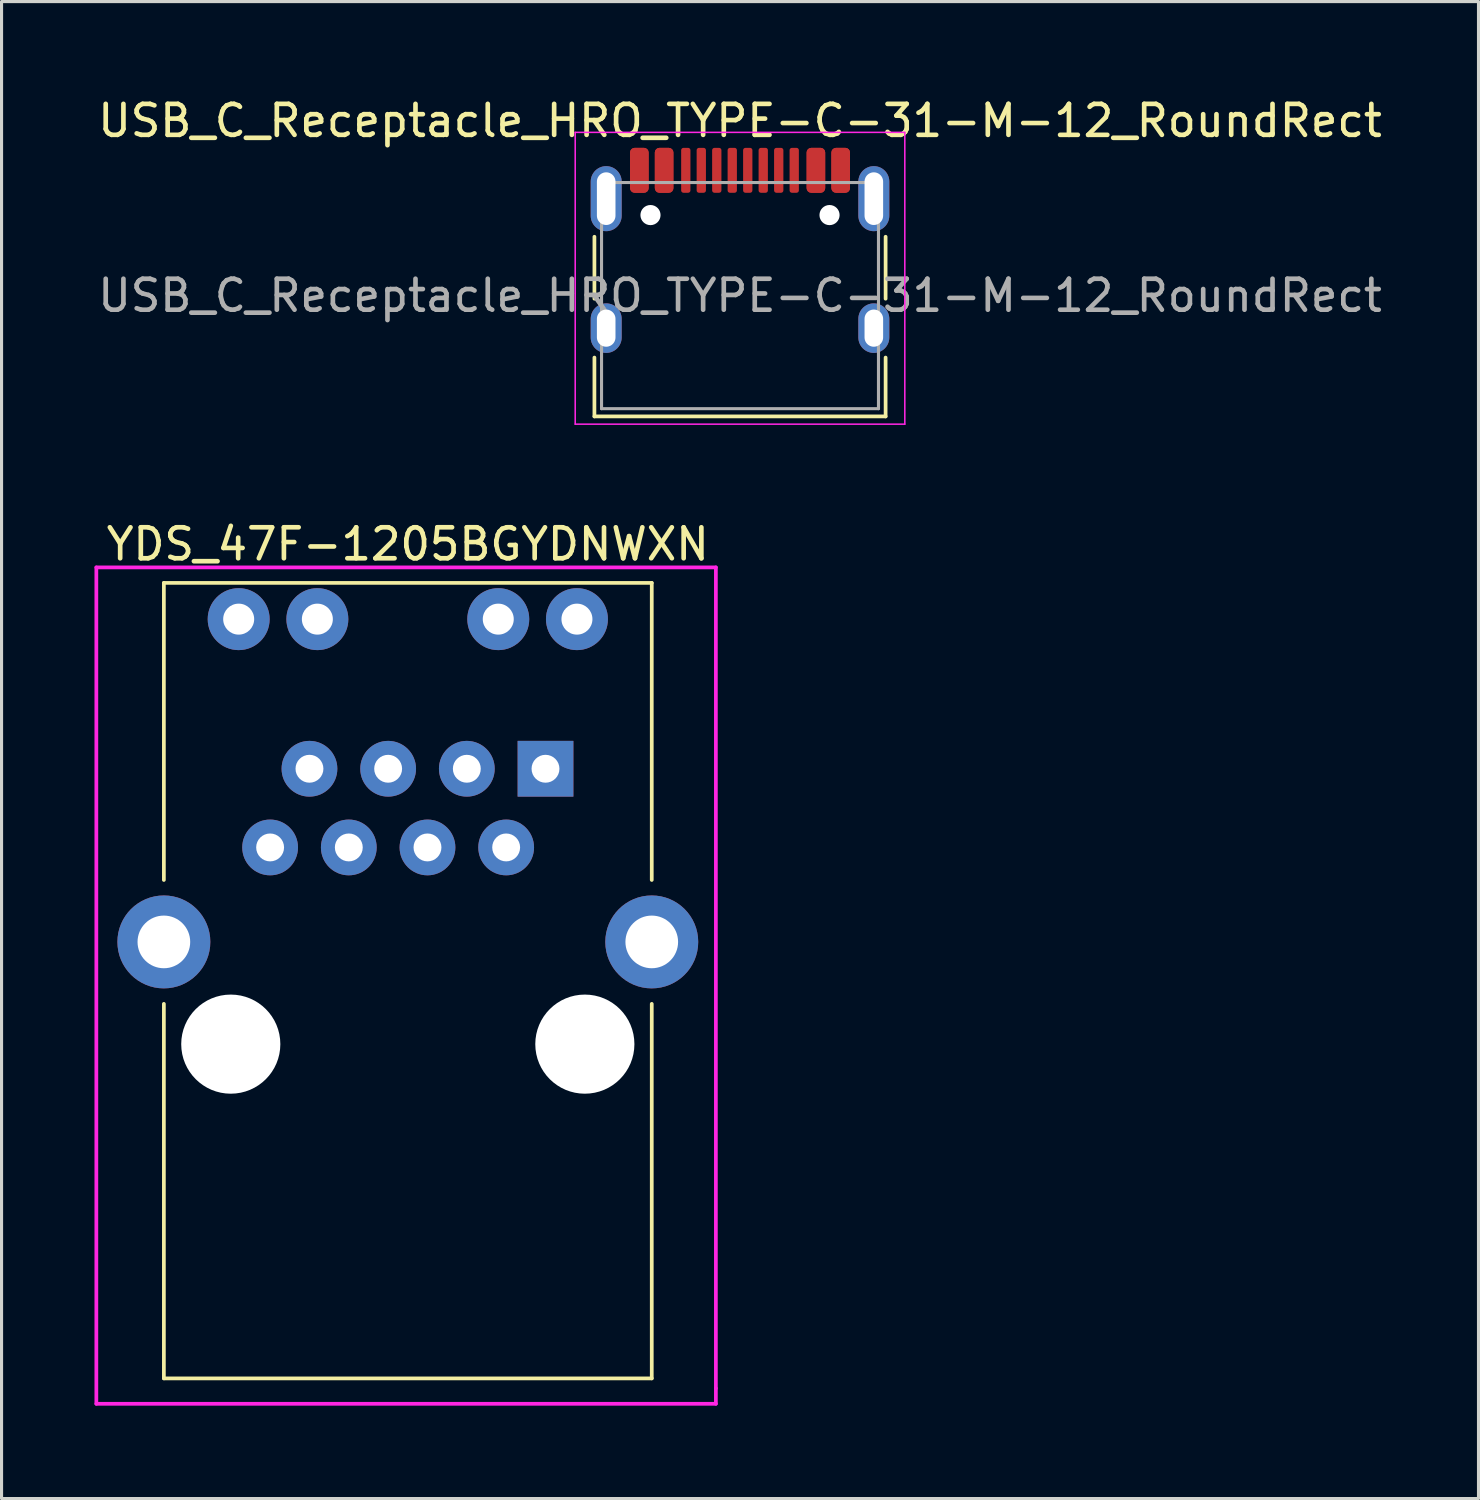
<source format=kicad_pcb>
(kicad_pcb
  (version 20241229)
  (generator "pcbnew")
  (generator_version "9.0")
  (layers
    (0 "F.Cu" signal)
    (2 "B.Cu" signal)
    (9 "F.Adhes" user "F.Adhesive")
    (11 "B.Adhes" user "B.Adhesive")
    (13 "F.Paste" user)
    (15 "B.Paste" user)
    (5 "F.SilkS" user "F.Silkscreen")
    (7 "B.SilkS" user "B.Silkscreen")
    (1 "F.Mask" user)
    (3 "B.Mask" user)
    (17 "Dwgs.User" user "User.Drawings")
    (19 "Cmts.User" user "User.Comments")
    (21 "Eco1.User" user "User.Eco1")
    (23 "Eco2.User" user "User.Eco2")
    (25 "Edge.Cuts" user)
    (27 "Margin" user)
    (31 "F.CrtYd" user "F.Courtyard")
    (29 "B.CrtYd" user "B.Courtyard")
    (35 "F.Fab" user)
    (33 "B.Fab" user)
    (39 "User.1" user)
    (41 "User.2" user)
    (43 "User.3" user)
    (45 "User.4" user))
  (footprint "USB_C_Receptacle_HRO_TYPE-C-31-M-12_RoundRect"
    (layer "F.Cu")
    (at 20.839 6.493)
    (property "Reference" "USB_C_Receptacle_HRO_TYPE-C-31-M-12_RoundRect" (at 0 -5.645 0) (layer "F.SilkS") (effects (font (size 1 1) (thickness 0.15))))
    (attr smd)
    (fp_line (start -4.7 -1.9) (end -4.7 0.1) (stroke (width 0.12) (type solid)) (layer "F.SilkS"))
    (fp_line (start -4.7 2) (end -4.7 3.9) (stroke (width 0.12) (type solid)) (layer "F.SilkS"))
    (fp_line (start -4.7 3.9) (end 4.7 3.9) (stroke (width 0.12) (type solid)) (layer "F.SilkS"))
    (fp_line (start 4.7 -1.9) (end 4.7 0.1) (stroke (width 0.12) (type solid)) (layer "F.SilkS"))
    (fp_line (start 4.7 2) (end 4.7 3.9) (stroke (width 0.12) (type solid)) (layer "F.SilkS"))
    (fp_line (start -5.32 -5.27) (end -5.32 4.15) (stroke (width 0.05) (type solid)) (layer "F.CrtYd"))
    (fp_line (start -5.32 -5.27) (end 5.32 -5.27) (stroke (width 0.05) (type solid)) (layer "F.CrtYd"))
    (fp_line (start -5.32 4.15) (end 5.32 4.15) (stroke (width 0.05) (type solid)) (layer "F.CrtYd"))
    (fp_line (start 5.32 -5.27) (end 5.32 4.15) (stroke (width 0.05) (type solid)) (layer "F.CrtYd"))
    (fp_line (start -4.47 -3.65) (end -4.47 3.65) (stroke (width 0.1) (type solid)) (layer "F.Fab"))
    (fp_line (start -4.47 -3.65) (end 4.47 -3.65) (stroke (width 0.1) (type solid)) (layer "F.Fab"))
    (fp_line (start -4.47 3.65) (end 4.47 3.65) (stroke (width 0.1) (type solid)) (layer "F.Fab"))
    (fp_line (start 4.47 -3.65) (end 4.47 3.65) (stroke (width 0.1) (type solid)) (layer "F.Fab"))
    (fp_text user "${REFERENCE}" (at 0 0 0) (layer "F.Fab") (effects (font (size 1 1) (thickness 0.15))))
    (pad "" smd oval (at -4.32 -3.13) (size 1.1 2.2) (layers "F.Paste"))
    (pad "" smd oval (at -4.32 1.05) (size 1.1 1.7) (layers "F.Paste"))
    (pad "" np_thru_hole circle (at -2.89 -2.6) (size 0.65 0.65) (drill 0.65) (layers "*.Cu" "*.Mask"))
    (pad "" np_thru_hole circle (at 2.89 -2.6) (size 0.65 0.65) (drill 0.65) (layers "*.Cu" "*.Mask"))
    (pad "" smd oval (at 4.32 -3.13) (size 1.1 2.2) (layers "F.Paste"))
    (pad "" smd oval (at 4.32 1.05) (size 1.1 1.7) (layers "F.Paste"))
    (pad "A1" smd roundrect (at -3.25 -4.045) (size 0.6 1.45) (layers "F.Cu" "F.Mask" "F.Paste") (roundrect_rratio 0.25))
    (pad "A4" smd roundrect (at -2.45 -4.045) (size 0.6 1.45) (layers "F.Cu" "F.Mask" "F.Paste") (roundrect_rratio 0.25))
    (pad "A5" smd roundrect (at -1.25 -4.045) (size 0.3 1.45) (layers "F.Cu" "F.Mask" "F.Paste") (roundrect_rratio 0.25))
    (pad "A6" smd roundrect (at -0.25 -4.045) (size 0.3 1.45) (layers "F.Cu" "F.Mask" "F.Paste") (roundrect_rratio 0.25))
    (pad "A7" smd roundrect (at 0.25 -4.045) (size 0.3 1.45) (layers "F.Cu" "F.Mask" "F.Paste") (roundrect_rratio 0.25))
    (pad "A8" smd roundrect (at 1.25 -4.045) (size 0.3 1.45) (layers "F.Cu" "F.Mask" "F.Paste") (roundrect_rratio 0.25))
    (pad "A9" smd roundrect (at 2.45 -4.045) (size 0.6 1.45) (layers "F.Cu" "F.Mask" "F.Paste") (roundrect_rratio 0.25))
    (pad "A12" smd roundrect (at 3.25 -4.045) (size 0.6 1.45) (layers "F.Cu" "F.Mask" "F.Paste") (roundrect_rratio 0.25))
    (pad "B1" smd roundrect (at 3.25 -4.045) (size 0.6 1.45) (layers "F.Cu" "F.Mask" "F.Paste") (roundrect_rratio 0.25))
    (pad "B4" smd roundrect (at 2.45 -4.045) (size 0.6 1.45) (layers "F.Cu" "F.Mask" "F.Paste") (roundrect_rratio 0.25))
    (pad "B5" smd roundrect (at 1.75 -4.045) (size 0.3 1.45) (layers "F.Cu" "F.Mask" "F.Paste") (roundrect_rratio 0.25))
    (pad "B6" smd roundrect (at 0.75 -4.045) (size 0.3 1.45) (layers "F.Cu" "F.Mask" "F.Paste") (roundrect_rratio 0.25))
    (pad "B7" smd roundrect (at -0.75 -4.045) (size 0.3 1.45) (layers "F.Cu" "F.Mask" "F.Paste") (roundrect_rratio 0.25))
    (pad "B8" smd roundrect (at -1.75 -4.045) (size 0.3 1.45) (layers "F.Cu" "F.Mask" "F.Paste") (roundrect_rratio 0.25))
    (pad "B9" smd roundrect (at -2.45 -4.045) (size 0.6 1.45) (layers "F.Cu" "F.Mask" "F.Paste") (roundrect_rratio 0.25))
    (pad "B12" smd roundrect (at -3.25 -4.045) (size 0.6 1.45) (layers "F.Cu" "F.Mask" "F.Paste") (roundrect_rratio 0.25))
    (pad "S1" thru_hole oval (at -4.32 -3.13) (size 1 2.1) (drill oval 0.6 1.7) (layers "*.Cu" "*.Mask"))
    (pad "S1" thru_hole oval (at -4.32 1.05) (size 1 1.6) (drill oval 0.6 1.2) (layers "*.Cu" "*.Mask"))
    (pad "S1" thru_hole oval (at 4.32 -3.13) (size 1 2.1) (drill oval 0.6 1.7) (layers "*.Cu" "*.Mask"))
    (pad "S1" thru_hole oval (at 4.32 1.05) (size 1 1.6) (drill oval 0.6 1.2) (layers "*.Cu" "*.Mask")))
  (footprint "YDS_47F-1205BGYDNWXN"
    (layer "F.Cu")
    (at 10.06 21.767)
    (property "Reference" "YDS_47F-1205BGYDNWXN" (at 0.055 -7.25 0) (layer "F.SilkS") (effects (font (size 1 1) (thickness 0.15))))
    (attr through_hole)
    (fp_line (start -7.82 -6) (end -7.82 3.59) (stroke (width 0.12) (type solid)) (layer "F.SilkS"))
    (fp_line (start -7.82 -6) (end 7.93 -6) (stroke (width 0.12) (type solid)) (layer "F.SilkS"))
    (fp_line (start -7.82 19.68) (end -7.82 7.59) (stroke (width 0.12) (type solid)) (layer "F.SilkS"))
    (fp_line (start 7.93 -6) (end 7.93 3.59) (stroke (width 0.12) (type solid)) (layer "F.SilkS"))
    (fp_line (start 7.93 19.68) (end -7.82 19.68) (stroke (width 0.12) (type solid)) (layer "F.SilkS"))
    (fp_line (start 7.93 19.68) (end 7.93 7.59) (stroke (width 0.12) (type solid)) (layer "F.SilkS"))
    (fp_line (start -10 -6.5) (end 10 -6.5) (stroke (width 0.12) (type solid)) (layer "F.CrtYd"))
    (fp_line (start -10 20.5) (end -10 -6.5) (stroke (width 0.12) (type solid)) (layer "F.CrtYd"))
    (fp_line (start 10 -6.5) (end 10 20) (stroke (width 0.12) (type solid)) (layer "F.CrtYd"))
    (fp_line (start 10 20) (end 10 20.5) (stroke (width 0.12) (type solid)) (layer "F.CrtYd"))
    (fp_line (start 10 20.5) (end -10 20.5) (stroke (width 0.12) (type solid)) (layer "F.CrtYd"))
    (pad "" np_thru_hole circle (at -5.66 8.89) (size 3.2 3.2) (drill 3.2) (layers "*.Cu" "*.Mask"))
    (pad "" np_thru_hole circle (at 5.77 8.89) (size 3.2 3.2) (drill 3.2) (layers "*.Cu" "*.Mask"))
    (pad "1" thru_hole rect (at 4.5 0) (size 1.8 1.8) (drill 0.9) (layers "*.Cu" "*.Mask"))
    (pad "2" thru_hole circle (at 3.23 2.54) (size 1.8 1.8) (drill 0.9) (layers "*.Cu" "*.Mask"))
    (pad "3" thru_hole circle (at 1.96 0) (size 1.8 1.8) (drill 0.9) (layers "*.Cu" "*.Mask"))
    (pad "4" thru_hole circle (at 0.69 2.54) (size 1.8 1.8) (drill 0.9) (layers "*.Cu" "*.Mask"))
    (pad "5" thru_hole circle (at -0.58 0) (size 1.8 1.8) (drill 0.9) (layers "*.Cu" "*.Mask"))
    (pad "6" thru_hole circle (at -1.85 2.54) (size 1.8 1.8) (drill 0.9) (layers "*.Cu" "*.Mask"))
    (pad "7" thru_hole circle (at -3.12 0) (size 1.8 1.8) (drill 0.9) (layers "*.Cu" "*.Mask"))
    (pad "8" thru_hole circle (at -4.39 2.54) (size 1.8 1.8) (drill 0.9) (layers "*.Cu" "*.Mask"))
    (pad "9" thru_hole circle (at 5.515 -4.83) (size 2 2) (drill 1) (layers "*.Cu" "*.Mask"))
    (pad "10" thru_hole circle (at 2.975 -4.83) (size 2 2) (drill 1) (layers "*.Cu" "*.Mask"))
    (pad "11" thru_hole circle (at -2.865 -4.83) (size 2 2) (drill 1) (layers "*.Cu" "*.Mask"))
    (pad "12" thru_hole circle (at -5.405 -4.83) (size 2 2) (drill 1) (layers "*.Cu" "*.Mask"))
    (pad "SH1" thru_hole circle (at -7.82 5.59) (size 3 3) (drill 1.7) (layers "*.Cu" "*.Mask"))
    (pad "SH2" thru_hole circle (at 7.93 5.59) (size 3 3) (drill 1.7) (layers "*.Cu" "*.Mask")))
  (gr_rect
    (start -3 -3)
    (end 44.679 45.327)
    (stroke (width 0.1) (type default))
    (fill no)
    (layer "Edge.Cuts")))
</source>
